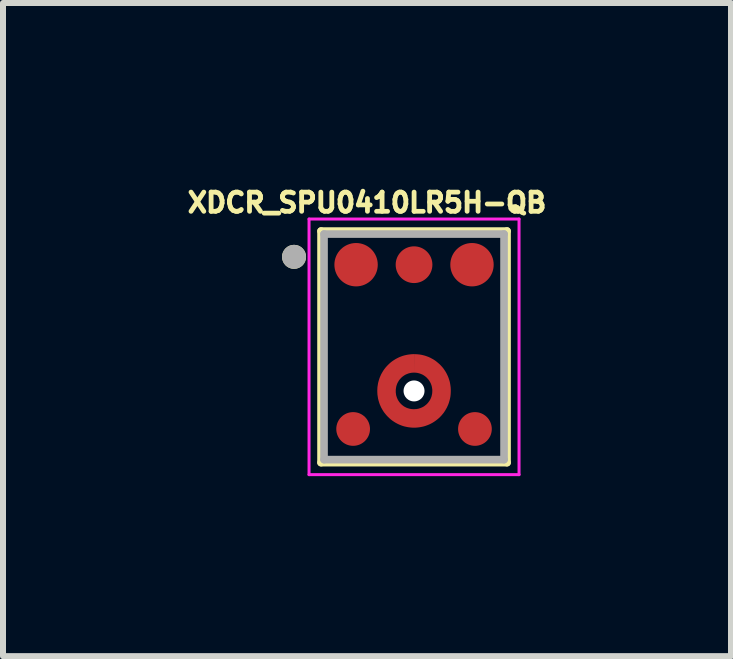
<source format=kicad_pcb>
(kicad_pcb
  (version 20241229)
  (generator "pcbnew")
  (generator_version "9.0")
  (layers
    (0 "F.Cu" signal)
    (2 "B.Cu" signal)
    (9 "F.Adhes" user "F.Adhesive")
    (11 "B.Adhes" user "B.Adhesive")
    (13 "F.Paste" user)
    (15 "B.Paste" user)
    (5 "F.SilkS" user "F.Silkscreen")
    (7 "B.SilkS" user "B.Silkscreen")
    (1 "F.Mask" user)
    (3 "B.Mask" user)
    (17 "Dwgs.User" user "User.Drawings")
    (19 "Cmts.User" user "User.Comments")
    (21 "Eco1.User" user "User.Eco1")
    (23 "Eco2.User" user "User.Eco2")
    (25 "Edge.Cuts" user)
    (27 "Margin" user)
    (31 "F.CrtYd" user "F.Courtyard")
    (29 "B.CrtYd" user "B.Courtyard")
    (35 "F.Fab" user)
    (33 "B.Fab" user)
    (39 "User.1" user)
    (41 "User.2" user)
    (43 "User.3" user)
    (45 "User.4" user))
  (footprint "XDCR_SPU0410LR5H-QB"
    (layer "F.Cu")
    (at 3.851 2.731)
    (property "Reference" "XDCR_SPU0410LR5H-QB" (at -0.784 -2.403 0) (layer "F.SilkS") (effects (font (size 0.32 0.32) (thickness 0.15))))
    (attr through_hole)
    (fp_circle (center 0 0.735) (end 0.459 0.735) (stroke (width 0.32) (type solid)) (fill no) (layer "F.Mask"))
    (fp_line (start -1.55 -1.93) (end 1.55 -1.93) (stroke (width 0.127) (type solid)) (layer "F.SilkS"))
    (fp_line (start -1.55 1.93) (end -1.55 -1.93) (stroke (width 0.127) (type solid)) (layer "F.SilkS"))
    (fp_line (start 1.55 -1.93) (end 1.55 1.93) (stroke (width 0.127) (type solid)) (layer "F.SilkS"))
    (fp_line (start 1.55 1.93) (end -1.55 1.93) (stroke (width 0.127) (type solid)) (layer "F.SilkS"))
    (fp_circle (center -2 -1.5) (end -1.9 -1.5) (stroke (width 0.2) (type solid)) (fill no) (layer "F.SilkS"))
    (fp_poly (pts (xy -0.48 1.109) (xy -0.499 1.083) (xy -0.514 1.061) (xy -0.528 1.039) (xy -0.541 1.015) (xy -0.553 0.992) (xy -0.564 0.967) (xy -0.574 0.943) (xy -0.582 0.918) (xy -0.59 0.892) (xy -0.596 0.866) (xy -0.601 0.84) (xy -0.605 0.814) (xy -0.608 0.788) (xy -0.61 0.761) (xy -0.611 0.735) (xy -0.61 0.708) (xy -0.608 0.681) (xy -0.605 0.655) (xy -0.601 0.629) (xy -0.596 0.603) (xy -0.59 0.577) (xy -0.582 0.551) (xy -0.574 0.526) (xy -0.564 0.502) (xy -0.553 0.477) (xy -0.541 0.454) (xy -0.528 0.43) (xy -0.514 0.408) (xy -0.499 0.386) (xy -0.48 0.36) (xy -0.262 0.578) (xy -0.268 0.588) (xy -0.273 0.597) (xy -0.278 0.607) (xy -0.283 0.617) (xy -0.287 0.627) (xy -0.291 0.638) (xy -0.294 0.648) (xy -0.297 0.659) (xy -0.3 0.669) (xy -0.302 0.68) (xy -0.304 0.691) (xy -0.305 0.702) (xy -0.306 0.713) (xy -0.307 0.724) (xy -0.307 0.735) (xy -0.307 0.745) (xy -0.306 0.756) (xy -0.305 0.767) (xy -0.304 0.778) (xy -0.302 0.789) (xy -0.3 0.8) (xy -0.297 0.81) (xy -0.294 0.821) (xy -0.291 0.831) (xy -0.287 0.842) (xy -0.283 0.852) (xy -0.278 0.862) (xy -0.273 0.872) (xy -0.268 0.881) (xy -0.262 0.891) (xy -0.48 1.109) (xy -0.48 1.109)) (stroke (width 0.001) (type solid)) (fill yes) (layer "F.Paste"))
    (fp_poly (pts (xy -0.374 0.254) (xy -0.357 0.241) (xy -0.335 0.226) (xy -0.312 0.211) (xy -0.289 0.198) (xy -0.265 0.185) (xy -0.241 0.174) (xy -0.216 0.164) (xy -0.19 0.155) (xy -0.165 0.147) (xy -0.139 0.14) (xy -0.112 0.134) (xy -0.086 0.13) (xy -0.059 0.127) (xy -0.032 0.125) (xy -0.005 0.124) (xy 0.022 0.124) (xy 0.049 0.126) (xy 0.075 0.128) (xy 0.102 0.132) (xy 0.128 0.138) (xy 0.155 0.144) (xy 0.18 0.151) (xy 0.206 0.16) (xy 0.231 0.17) (xy 0.256 0.181) (xy 0.28 0.193) (xy 0.303 0.206) (xy 0.326 0.22) (xy 0.348 0.235) (xy 0.374 0.254) (xy 0.156 0.472) (xy 0.147 0.467) (xy 0.137 0.461) (xy 0.127 0.456) (xy 0.117 0.452) (xy 0.107 0.448) (xy 0.097 0.444) (xy 0.087 0.44) (xy 0.076 0.437) (xy 0.065 0.435) (xy 0.055 0.432) (xy 0.044 0.431) (xy 0.033 0.429) (xy 0.022 0.428) (xy 0.011 0.428) (xy 0 0.427) (xy -0.011 0.428) (xy -0.022 0.428) (xy -0.033 0.429) (xy -0.044 0.431) (xy -0.055 0.432) (xy -0.065 0.435) (xy -0.076 0.437) (xy -0.087 0.44) (xy -0.097 0.444) (xy -0.107 0.448) (xy -0.117 0.452) (xy -0.127 0.456) (xy -0.137 0.461) (xy -0.147 0.467) (xy -0.156 0.472) (xy -0.374 0.254) (xy -0.374 0.254)) (stroke (width 0.001) (type solid)) (fill yes) (layer "F.Paste"))
    (fp_poly (pts (xy 0.374 1.215) (xy 0.348 1.234) (xy 0.326 1.249) (xy 0.303 1.263) (xy 0.28 1.276) (xy 0.256 1.288) (xy 0.231 1.299) (xy 0.206 1.309) (xy 0.18 1.318) (xy 0.155 1.325) (xy 0.128 1.331) (xy 0.102 1.337) (xy 0.075 1.341) (xy 0.049 1.343) (xy 0.022 1.345) (xy -0.005 1.345) (xy -0.032 1.344) (xy -0.059 1.342) (xy -0.086 1.339) (xy -0.112 1.335) (xy -0.139 1.329) (xy -0.165 1.322) (xy -0.19 1.314) (xy -0.216 1.305) (xy -0.241 1.295) (xy -0.265 1.284) (xy -0.289 1.271) (xy -0.312 1.258) (xy -0.335 1.243) (xy -0.357 1.228) (xy -0.374 1.215) (xy -0.156 0.997) (xy -0.147 1.002) (xy -0.137 1.008) (xy -0.127 1.013) (xy -0.117 1.017) (xy -0.107 1.021) (xy -0.097 1.025) (xy -0.087 1.029) (xy -0.076 1.032) (xy -0.065 1.034) (xy -0.055 1.037) (xy -0.044 1.038) (xy -0.033 1.04) (xy -0.022 1.041) (xy -0.011 1.041) (xy 0 1.042) (xy 0.011 1.041) (xy 0.022 1.041) (xy 0.033 1.04) (xy 0.044 1.038) (xy 0.055 1.037) (xy 0.065 1.034) (xy 0.076 1.032) (xy 0.087 1.029) (xy 0.097 1.025) (xy 0.107 1.021) (xy 0.117 1.017) (xy 0.127 1.013) (xy 0.137 1.008) (xy 0.147 1.002) (xy 0.156 0.997) (xy 0.374 1.215) (xy 0.374 1.215)) (stroke (width 0.001) (type solid)) (fill yes) (layer "F.Paste"))
    (fp_poly (pts (xy 0.48 0.36) (xy 0.494 0.378) (xy 0.509 0.4) (xy 0.524 0.423) (xy 0.537 0.447) (xy 0.55 0.471) (xy 0.561 0.496) (xy 0.572 0.521) (xy 0.581 0.547) (xy 0.589 0.573) (xy 0.595 0.599) (xy 0.601 0.626) (xy 0.605 0.653) (xy 0.608 0.68) (xy 0.61 0.707) (xy 0.611 0.735) (xy 0.61 0.762) (xy 0.608 0.789) (xy 0.605 0.816) (xy 0.601 0.843) (xy 0.595 0.87) (xy 0.589 0.896) (xy 0.581 0.922) (xy 0.572 0.948) (xy 0.561 0.973) (xy 0.55 0.998) (xy 0.537 1.022) (xy 0.524 1.046) (xy 0.509 1.069) (xy 0.494 1.091) (xy 0.48 1.109) (xy 0.262 0.891) (xy 0.268 0.881) (xy 0.273 0.872) (xy 0.278 0.862) (xy 0.283 0.852) (xy 0.287 0.842) (xy 0.291 0.831) (xy 0.294 0.821) (xy 0.297 0.81) (xy 0.3 0.8) (xy 0.302 0.789) (xy 0.304 0.778) (xy 0.305 0.767) (xy 0.306 0.756) (xy 0.307 0.745) (xy 0.307 0.735) (xy 0.307 0.724) (xy 0.306 0.713) (xy 0.305 0.702) (xy 0.304 0.691) (xy 0.302 0.68) (xy 0.3 0.669) (xy 0.297 0.659) (xy 0.294 0.648) (xy 0.291 0.638) (xy 0.287 0.627) (xy 0.283 0.617) (xy 0.278 0.607) (xy 0.273 0.597) (xy 0.268 0.588) (xy 0.262 0.578) (xy 0.48 0.36) (xy 0.48 0.36)) (stroke (width 0.001) (type solid)) (fill yes) (layer "F.Paste"))
    (fp_line (start -1.75 -2.13) (end 1.75 -2.13) (stroke (width 0.05) (type solid)) (layer "F.CrtYd"))
    (fp_line (start -1.75 2.13) (end -1.75 -2.13) (stroke (width 0.05) (type solid)) (layer "F.CrtYd"))
    (fp_line (start 1.75 -2.13) (end 1.75 2.13) (stroke (width 0.05) (type solid)) (layer "F.CrtYd"))
    (fp_line (start 1.75 2.13) (end -1.75 2.13) (stroke (width 0.05) (type solid)) (layer "F.CrtYd"))
    (fp_line (start -1.5 -1.88) (end 1.5 -1.88) (stroke (width 0.127) (type solid)) (layer "F.Fab"))
    (fp_line (start -1.5 1.88) (end -1.5 -1.88) (stroke (width 0.127) (type solid)) (layer "F.Fab"))
    (fp_line (start 1.5 -1.88) (end 1.5 1.88) (stroke (width 0.127) (type solid)) (layer "F.Fab"))
    (fp_line (start 1.5 1.88) (end -1.5 1.88) (stroke (width 0.127) (type solid)) (layer "F.Fab"))
    (fp_circle (center -2 -1.5) (end -1.9 -1.5) (stroke (width 0.2) (type solid)) (fill no) (layer "F.Fab"))
    (pad "" np_thru_hole circle (at 0 0.735) (size 0.35 0.35) (drill 0.35) (layers "*.Cu" "*.Mask"))
    (pad "1" smd circle (at -0.966 -1.369) (size 0.723 0.723) (layers "F.Cu" "F.Mask" "F.Paste"))
    (pad "2" smd circle (at -1.015 1.369) (size 0.562 0.562) (layers "F.Cu" "F.Mask" "F.Paste"))
    (pad "3" smd circle (at 1.015 1.369) (size 0.562 0.562) (layers "F.Cu" "F.Mask" "F.Paste"))
    (pad "4" smd circle (at 0.966 -1.369) (size 0.723 0.723) (layers "F.Cu" "F.Mask" "F.Paste"))
    (pad "5" smd circle (at 0 -1.369) (size 0.612 0.612) (layers "F.Cu" "F.Mask" "F.Paste"))
    (pad "6" smd custom (at 0.47 0.74) (size 0.25 0.25) (layers "F.Cu") (options (anchor rect)) (primitives (gr_poly (pts (xy -0.47 -0.31) (xy -0.471 -0.618) (xy -0.504 -0.617) (xy -0.536 -0.614) (xy -0.568 -0.61) (xy -0.599 -0.604) (xy -0.63 -0.597) (xy -0.661 -0.588) (xy -0.691 -0.577) (xy -0.72 -0.565) (xy -0.749 -0.551) (xy -0.777 -0.536) (xy -0.804 -0.519) (xy -0.831 -0.501) (xy -0.856 -0.482) (xy -0.88 -0.461) (xy -0.903 -0.439) (xy -0.925 -0.416) (xy -0.946 -0.392) (xy -0.966 -0.366) (xy -0.984 -0.34) (xy -1 -0.313) (xy -1.016 -0.285) (xy -1.029 -0.256) (xy -1.042 -0.226) (xy -1.052 -0.196) (xy -1.061 -0.166) (xy -1.069 -0.135) (xy -1.074 -0.103) (xy -1.079 -0.072) (xy -1.081 -0.04) (xy -1.082 -0.01) (xy -1.082 -0.001) (xy -1.081 0.029) (xy -1.079 0.06) (xy -1.074 0.092) (xy -1.069 0.124) (xy -1.061 0.155) (xy -1.052 0.185) (xy -1.042 0.215) (xy -1.029 0.245) (xy -1.016 0.274) (xy -1 0.302) (xy -0.984 0.329) (xy -0.966 0.355) (xy -0.946 0.38) (xy -0.925 0.405) (xy -0.903 0.428) (xy -0.88 0.45) (xy -0.856 0.471) (xy -0.831 0.49) (xy -0.804 0.508) (xy -0.777 0.525) (xy -0.749 0.54) (xy -0.72 0.554) (xy -0.691 0.566) (xy -0.661 0.577) (xy -0.63 0.586) (xy -0.599 0.593) (xy -0.568 0.599) (xy -0.536 0.603) (xy -0.504 0.606) (xy -0.47 0.607) (xy -0.469 0.607) (xy -0.435 0.606) (xy -0.403 0.603) (xy -0.372 0.599) (xy -0.34 0.593) (xy -0.309 0.586) (xy -0.279 0.577) (xy -0.249 0.566) (xy -0.219 0.554) (xy -0.19 0.54) (xy -0.162 0.525) (xy -0.135 0.508) (xy -0.109 0.49) (xy -0.084 0.471) (xy -0.059 0.45) (xy -0.036 0.428) (xy -0.014 0.405) (xy 0.006 0.381) (xy 0.026 0.356) (xy 0.044 0.329) (xy 0.06 0.302) (xy 0.076 0.274) (xy 0.089 0.245) (xy 0.102 0.216) (xy 0.112 0.186) (xy 0.121 0.155) (xy 0.129 0.124) (xy 0.135 0.093) (xy 0.139 0.061) (xy 0.141 0.03) (xy 0.142 0) (xy 0.142 -0.03) (xy 0.14 -0.065) (xy 0.136 -0.096) (xy 0.131 -0.127) (xy 0.125 -0.158) (xy 0.116 -0.188) (xy 0.106 -0.218) (xy 0.095 -0.247) (xy 0.082 -0.275) (xy 0.068 -0.303) (xy 0.052 -0.33) (xy 0.035 -0.356) (xy 0.017 -0.382) (xy -0.003 -0.406) (xy -0.024 -0.429) (xy -0.046 -0.451) (xy -0.07 -0.472) (xy -0.094 -0.492) (xy -0.119 -0.511) (xy -0.145 -0.528) (xy -0.172 -0.543) (xy -0.2 -0.558) (xy -0.229 -0.571) (xy -0.258 -0.582) (xy -0.288 -0.592) (xy -0.318 -0.6) (xy -0.349 -0.607) (xy -0.38 -0.612) (xy -0.411 -0.615) (xy -0.442 -0.617) (xy -0.469 -0.618) (xy -0.469 -0.311) (xy -0.452 -0.31) (xy -0.436 -0.309) (xy -0.42 -0.307) (xy -0.405 -0.304) (xy -0.389 -0.3) (xy -0.374 -0.296) (xy -0.359 -0.29) (xy -0.344 -0.284) (xy -0.33 -0.278) (xy -0.316 -0.27) (xy -0.303 -0.262) (xy -0.29 -0.253) (xy -0.277 -0.243) (xy -0.265 -0.233) (xy -0.254 -0.222) (xy -0.243 -0.21) (xy -0.232 -0.198) (xy -0.223 -0.186) (xy -0.214 -0.173) (xy -0.206 -0.159) (xy -0.198 -0.145) (xy -0.191 -0.131) (xy -0.185 -0.116) (xy -0.18 -0.101) (xy -0.175 -0.086) (xy -0.172 -0.071) (xy -0.169 -0.055) (xy -0.167 -0.04) (xy -0.165 -0.024) (xy -0.165 -0.01) (xy -0.165 0) (xy -0.166 0.018) (xy -0.167 0.034) (xy -0.17 0.05) (xy -0.173 0.065) (xy -0.177 0.081) (xy -0.181 0.096) (xy -0.187 0.11) (xy -0.193 0.125) (xy -0.2 0.139) (xy -0.208 0.153) (xy -0.217 0.166) (xy -0.226 0.179) (xy -0.236 0.192) (xy -0.246 0.203) (xy -0.257 0.215) (xy -0.269 0.225) (xy -0.281 0.235) (xy -0.294 0.245) (xy -0.307 0.254) (xy -0.321 0.262) (xy -0.335 0.269) (xy -0.349 0.275) (xy -0.364 0.281) (xy -0.379 0.286) (xy -0.394 0.291) (xy -0.41 0.294) (xy -0.425 0.297) (xy -0.441 0.298) (xy -0.457 0.299) (xy -0.47 0.3) (xy -0.48 0.3) (xy -0.493 0.299) (xy -0.509 0.298) (xy -0.524 0.296) (xy -0.54 0.293) (xy -0.555 0.289) (xy -0.57 0.285) (xy -0.584 0.28) (xy -0.599 0.274) (xy -0.613 0.267) (xy -0.626 0.26) (xy -0.64 0.252) (xy -0.652 0.243) (xy -0.665 0.233) (xy -0.677 0.223) (xy -0.688 0.212) (xy -0.699 0.201) (xy -0.709 0.189) (xy -0.718 0.177) (xy -0.727 0.164) (xy -0.735 0.151) (xy -0.743 0.137) (xy -0.749 0.123) (xy -0.755 0.109) (xy -0.76 0.094) (xy -0.765 0.079) (xy -0.769 0.064) (xy -0.771 0.049) (xy -0.773 0.033) (xy -0.775 0.018) (xy -0.775 0) (xy -0.775 -0.01) (xy -0.775 -0.024) (xy -0.773 -0.04) (xy -0.771 -0.055) (xy -0.768 -0.071) (xy -0.765 -0.086) (xy -0.76 -0.101) (xy -0.755 -0.116) (xy -0.749 -0.131) (xy -0.742 -0.145) (xy -0.734 -0.159) (xy -0.726 -0.173) (xy -0.717 -0.186) (xy -0.708 -0.198) (xy -0.697 -0.21) (xy -0.686 -0.222) (xy -0.675 -0.233) (xy -0.663 -0.243) (xy -0.65 -0.253) (xy -0.637 -0.262) (xy -0.624 -0.27) (xy -0.61 -0.278) (xy -0.596 -0.284) (xy -0.581 -0.29) (xy -0.566 -0.296) (xy -0.551 -0.3) (xy -0.535 -0.304) (xy -0.52 -0.307) (xy -0.504 -0.309) (xy -0.488 -0.31) (xy -0.471 -0.311) (xy -0.47 -0.31)) (width 0.001) (fill yes)))))
  (gr_rect
    (start -3 -3)
    (end 9.134 7.886)
    (stroke (width 0.1) (type default))
    (fill no)
    (layer "Edge.Cuts")))
</source>
